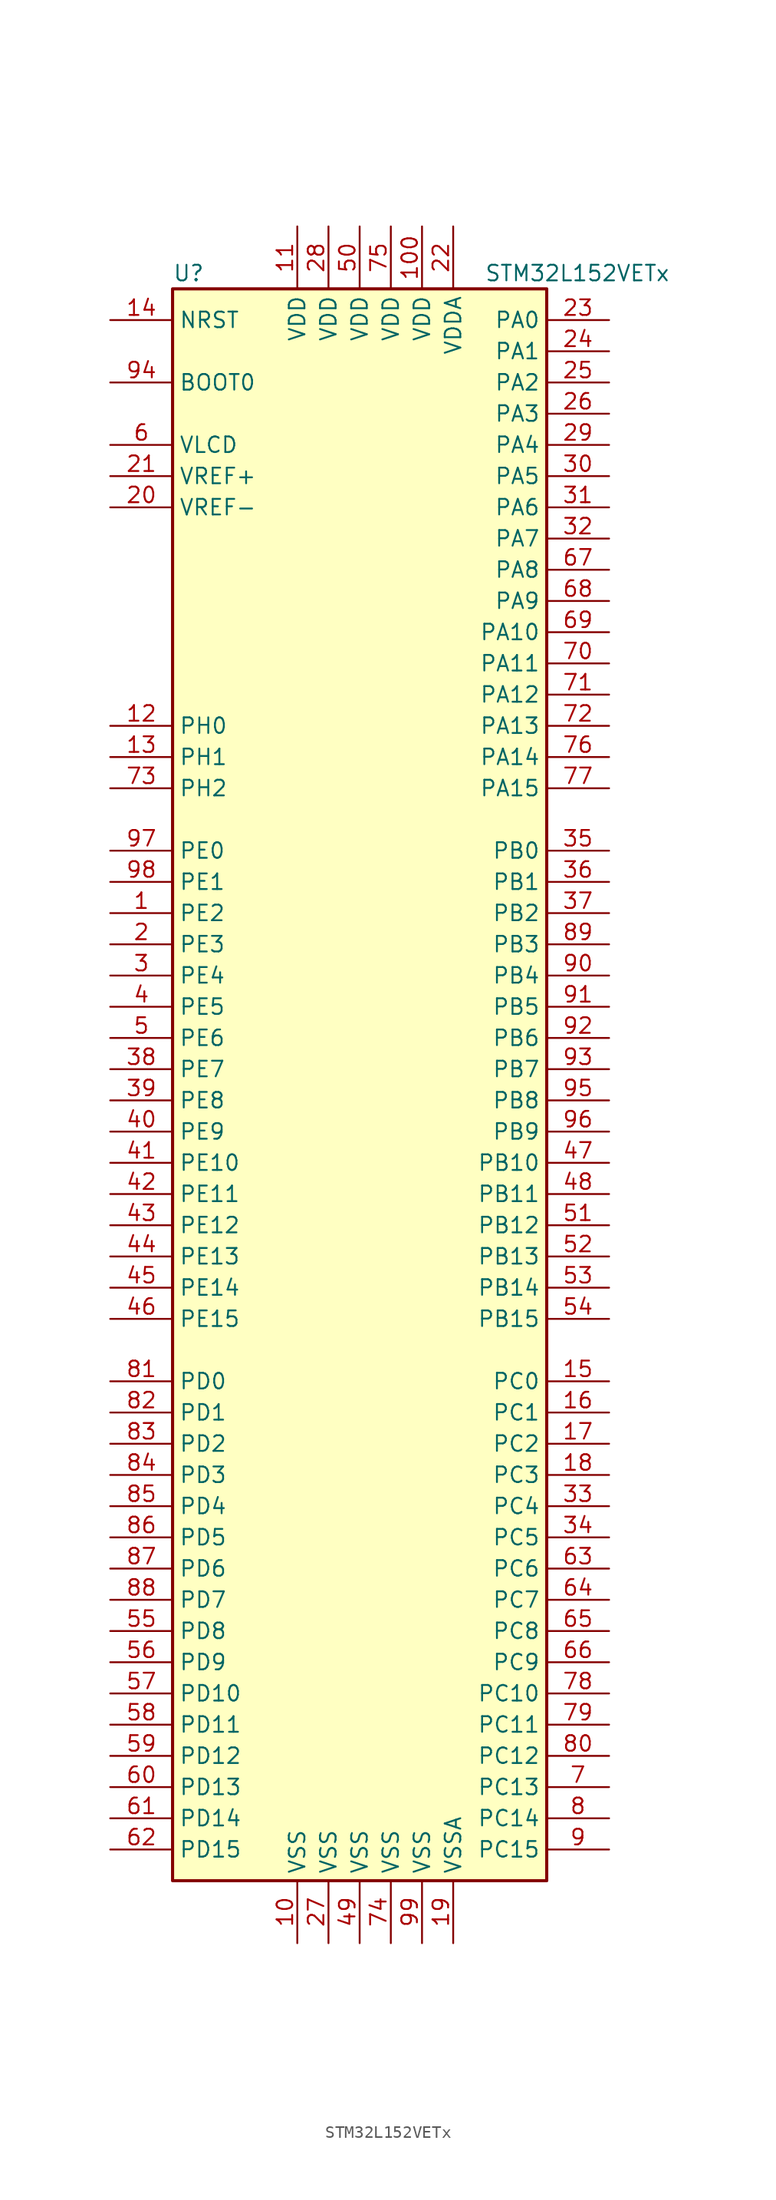
<source format=kicad_sym>
(kicad_symbol_lib
  (version 20201005)
  (generator kicad_symbol_editor)
  (symbol "STM32L152VETx"
    (property "Reference" "U"
      (at -15.24 64.77 0)
      (effects (font (size 1.27 1.27)) (justify left)))
    (property "Value" "STM32L152VETx"
      (at 10.16 64.77 0)
      (effects (font (size 1.27 1.27)) (justify left)))
    (symbol "STM32L152VETx_0_1"
      (rectangle (start -15.24 -66.04) (end 15.24 63.5) (stroke (width 0.254)) (fill (type background))))
    (symbol "STM32L152VETx_1_1"
      (pin input line (at -20.32 55.88 0) (length 5.08) (name "BOOT0" (effects (font (size 1.27 1.27)))) (number "94" (effects (font (size 1.27 1.27)))))
      (pin input line (at -20.32 60.96 0) (length 5.08) (name "NRST" (effects (font (size 1.27 1.27)))) (number "14" (effects (font (size 1.27 1.27)))))
      (pin bidirectional line (at 20.32 60.96 180) (length 5.08) (name "PA0" (effects (font (size 1.27 1.27)))) (number "23" (effects (font (size 1.27 1.27)))))
      (pin bidirectional line (at 20.32 58.42 180) (length 5.08) (name "PA1" (effects (font (size 1.27 1.27)))) (number "24" (effects (font (size 1.27 1.27)))))
      (pin bidirectional line (at 20.32 35.56 180) (length 5.08) (name "PA10" (effects (font (size 1.27 1.27)))) (number "69" (effects (font (size 1.27 1.27)))))
      (pin bidirectional line (at 20.32 33.02 180) (length 5.08) (name "PA11" (effects (font (size 1.27 1.27)))) (number "70" (effects (font (size 1.27 1.27)))))
      (pin bidirectional line (at 20.32 30.48 180) (length 5.08) (name "PA12" (effects (font (size 1.27 1.27)))) (number "71" (effects (font (size 1.27 1.27)))))
      (pin bidirectional line (at 20.32 27.94 180) (length 5.08) (name "PA13" (effects (font (size 1.27 1.27)))) (number "72" (effects (font (size 1.27 1.27)))))
      (pin bidirectional line (at 20.32 25.4 180) (length 5.08) (name "PA14" (effects (font (size 1.27 1.27)))) (number "76" (effects (font (size 1.27 1.27)))))
      (pin bidirectional line (at 20.32 22.86 180) (length 5.08) (name "PA15" (effects (font (size 1.27 1.27)))) (number "77" (effects (font (size 1.27 1.27)))))
      (pin bidirectional line (at 20.32 55.88 180) (length 5.08) (name "PA2" (effects (font (size 1.27 1.27)))) (number "25" (effects (font (size 1.27 1.27)))))
      (pin bidirectional line (at 20.32 53.34 180) (length 5.08) (name "PA3" (effects (font (size 1.27 1.27)))) (number "26" (effects (font (size 1.27 1.27)))))
      (pin bidirectional line (at 20.32 50.8 180) (length 5.08) (name "PA4" (effects (font (size 1.27 1.27)))) (number "29" (effects (font (size 1.27 1.27)))))
      (pin bidirectional line (at 20.32 48.26 180) (length 5.08) (name "PA5" (effects (font (size 1.27 1.27)))) (number "30" (effects (font (size 1.27 1.27)))))
      (pin bidirectional line (at 20.32 45.72 180) (length 5.08) (name "PA6" (effects (font (size 1.27 1.27)))) (number "31" (effects (font (size 1.27 1.27)))))
      (pin bidirectional line (at 20.32 43.18 180) (length 5.08) (name "PA7" (effects (font (size 1.27 1.27)))) (number "32" (effects (font (size 1.27 1.27)))))
      (pin bidirectional line (at 20.32 40.64 180) (length 5.08) (name "PA8" (effects (font (size 1.27 1.27)))) (number "67" (effects (font (size 1.27 1.27)))))
      (pin bidirectional line (at 20.32 38.1 180) (length 5.08) (name "PA9" (effects (font (size 1.27 1.27)))) (number "68" (effects (font (size 1.27 1.27)))))
      (pin bidirectional line (at 20.32 17.78 180) (length 5.08) (name "PB0" (effects (font (size 1.27 1.27)))) (number "35" (effects (font (size 1.27 1.27)))))
      (pin bidirectional line (at 20.32 15.24 180) (length 5.08) (name "PB1" (effects (font (size 1.27 1.27)))) (number "36" (effects (font (size 1.27 1.27)))))
      (pin bidirectional line (at 20.32 -7.62 180) (length 5.08) (name "PB10" (effects (font (size 1.27 1.27)))) (number "47" (effects (font (size 1.27 1.27)))))
      (pin bidirectional line (at 20.32 -10.16 180) (length 5.08) (name "PB11" (effects (font (size 1.27 1.27)))) (number "48" (effects (font (size 1.27 1.27)))))
      (pin bidirectional line (at 20.32 -12.7 180) (length 5.08) (name "PB12" (effects (font (size 1.27 1.27)))) (number "51" (effects (font (size 1.27 1.27)))))
      (pin bidirectional line (at 20.32 -15.24 180) (length 5.08) (name "PB13" (effects (font (size 1.27 1.27)))) (number "52" (effects (font (size 1.27 1.27)))))
      (pin bidirectional line (at 20.32 -17.78 180) (length 5.08) (name "PB14" (effects (font (size 1.27 1.27)))) (number "53" (effects (font (size 1.27 1.27)))))
      (pin bidirectional line (at 20.32 -20.32 180) (length 5.08) (name "PB15" (effects (font (size 1.27 1.27)))) (number "54" (effects (font (size 1.27 1.27)))))
      (pin bidirectional line (at 20.32 12.7 180) (length 5.08) (name "PB2" (effects (font (size 1.27 1.27)))) (number "37" (effects (font (size 1.27 1.27)))))
      (pin bidirectional line (at 20.32 10.16 180) (length 5.08) (name "PB3" (effects (font (size 1.27 1.27)))) (number "89" (effects (font (size 1.27 1.27)))))
      (pin bidirectional line (at 20.32 7.62 180) (length 5.08) (name "PB4" (effects (font (size 1.27 1.27)))) (number "90" (effects (font (size 1.27 1.27)))))
      (pin bidirectional line (at 20.32 5.08 180) (length 5.08) (name "PB5" (effects (font (size 1.27 1.27)))) (number "91" (effects (font (size 1.27 1.27)))))
      (pin bidirectional line (at 20.32 2.54 180) (length 5.08) (name "PB6" (effects (font (size 1.27 1.27)))) (number "92" (effects (font (size 1.27 1.27)))))
      (pin bidirectional line (at 20.32 0 180) (length 5.08) (name "PB7" (effects (font (size 1.27 1.27)))) (number "93" (effects (font (size 1.27 1.27)))))
      (pin bidirectional line (at 20.32 -2.54 180) (length 5.08) (name "PB8" (effects (font (size 1.27 1.27)))) (number "95" (effects (font (size 1.27 1.27)))))
      (pin bidirectional line (at 20.32 -5.08 180) (length 5.08) (name "PB9" (effects (font (size 1.27 1.27)))) (number "96" (effects (font (size 1.27 1.27)))))
      (pin bidirectional line (at 20.32 -25.4 180) (length 5.08) (name "PC0" (effects (font (size 1.27 1.27)))) (number "15" (effects (font (size 1.27 1.27)))))
      (pin bidirectional line (at 20.32 -27.94 180) (length 5.08) (name "PC1" (effects (font (size 1.27 1.27)))) (number "16" (effects (font (size 1.27 1.27)))))
      (pin bidirectional line (at 20.32 -50.8 180) (length 5.08) (name "PC10" (effects (font (size 1.27 1.27)))) (number "78" (effects (font (size 1.27 1.27)))))
      (pin bidirectional line (at 20.32 -53.34 180) (length 5.08) (name "PC11" (effects (font (size 1.27 1.27)))) (number "79" (effects (font (size 1.27 1.27)))))
      (pin bidirectional line (at 20.32 -55.88 180) (length 5.08) (name "PC12" (effects (font (size 1.27 1.27)))) (number "80" (effects (font (size 1.27 1.27)))))
      (pin bidirectional line (at 20.32 -58.42 180) (length 5.08) (name "PC13" (effects (font (size 1.27 1.27)))) (number "7" (effects (font (size 1.27 1.27)))))
      (pin bidirectional line (at 20.32 -60.96 180) (length 5.08) (name "PC14" (effects (font (size 1.27 1.27)))) (number "8" (effects (font (size 1.27 1.27)))))
      (pin bidirectional line (at 20.32 -63.5 180) (length 5.08) (name "PC15" (effects (font (size 1.27 1.27)))) (number "9" (effects (font (size 1.27 1.27)))))
      (pin bidirectional line (at 20.32 -30.48 180) (length 5.08) (name "PC2" (effects (font (size 1.27 1.27)))) (number "17" (effects (font (size 1.27 1.27)))))
      (pin bidirectional line (at 20.32 -33.02 180) (length 5.08) (name "PC3" (effects (font (size 1.27 1.27)))) (number "18" (effects (font (size 1.27 1.27)))))
      (pin bidirectional line (at 20.32 -35.56 180) (length 5.08) (name "PC4" (effects (font (size 1.27 1.27)))) (number "33" (effects (font (size 1.27 1.27)))))
      (pin bidirectional line (at 20.32 -38.1 180) (length 5.08) (name "PC5" (effects (font (size 1.27 1.27)))) (number "34" (effects (font (size 1.27 1.27)))))
      (pin bidirectional line (at 20.32 -40.64 180) (length 5.08) (name "PC6" (effects (font (size 1.27 1.27)))) (number "63" (effects (font (size 1.27 1.27)))))
      (pin bidirectional line (at 20.32 -43.18 180) (length 5.08) (name "PC7" (effects (font (size 1.27 1.27)))) (number "64" (effects (font (size 1.27 1.27)))))
      (pin bidirectional line (at 20.32 -45.72 180) (length 5.08) (name "PC8" (effects (font (size 1.27 1.27)))) (number "65" (effects (font (size 1.27 1.27)))))
      (pin bidirectional line (at 20.32 -48.26 180) (length 5.08) (name "PC9" (effects (font (size 1.27 1.27)))) (number "66" (effects (font (size 1.27 1.27)))))
      (pin bidirectional line (at -20.32 -25.4 0) (length 5.08) (name "PD0" (effects (font (size 1.27 1.27)))) (number "81" (effects (font (size 1.27 1.27)))))
      (pin bidirectional line (at -20.32 -27.94 0) (length 5.08) (name "PD1" (effects (font (size 1.27 1.27)))) (number "82" (effects (font (size 1.27 1.27)))))
      (pin bidirectional line (at -20.32 -50.8 0) (length 5.08) (name "PD10" (effects (font (size 1.27 1.27)))) (number "57" (effects (font (size 1.27 1.27)))))
      (pin bidirectional line (at -20.32 -53.34 0) (length 5.08) (name "PD11" (effects (font (size 1.27 1.27)))) (number "58" (effects (font (size 1.27 1.27)))))
      (pin bidirectional line (at -20.32 -55.88 0) (length 5.08) (name "PD12" (effects (font (size 1.27 1.27)))) (number "59" (effects (font (size 1.27 1.27)))))
      (pin bidirectional line (at -20.32 -58.42 0) (length 5.08) (name "PD13" (effects (font (size 1.27 1.27)))) (number "60" (effects (font (size 1.27 1.27)))))
      (pin bidirectional line (at -20.32 -60.96 0) (length 5.08) (name "PD14" (effects (font (size 1.27 1.27)))) (number "61" (effects (font (size 1.27 1.27)))))
      (pin bidirectional line (at -20.32 -63.5 0) (length 5.08) (name "PD15" (effects (font (size 1.27 1.27)))) (number "62" (effects (font (size 1.27 1.27)))))
      (pin bidirectional line (at -20.32 -30.48 0) (length 5.08) (name "PD2" (effects (font (size 1.27 1.27)))) (number "83" (effects (font (size 1.27 1.27)))))
      (pin bidirectional line (at -20.32 -33.02 0) (length 5.08) (name "PD3" (effects (font (size 1.27 1.27)))) (number "84" (effects (font (size 1.27 1.27)))))
      (pin bidirectional line (at -20.32 -35.56 0) (length 5.08) (name "PD4" (effects (font (size 1.27 1.27)))) (number "85" (effects (font (size 1.27 1.27)))))
      (pin bidirectional line (at -20.32 -38.1 0) (length 5.08) (name "PD5" (effects (font (size 1.27 1.27)))) (number "86" (effects (font (size 1.27 1.27)))))
      (pin bidirectional line (at -20.32 -40.64 0) (length 5.08) (name "PD6" (effects (font (size 1.27 1.27)))) (number "87" (effects (font (size 1.27 1.27)))))
      (pin bidirectional line (at -20.32 -43.18 0) (length 5.08) (name "PD7" (effects (font (size 1.27 1.27)))) (number "88" (effects (font (size 1.27 1.27)))))
      (pin bidirectional line (at -20.32 -45.72 0) (length 5.08) (name "PD8" (effects (font (size 1.27 1.27)))) (number "55" (effects (font (size 1.27 1.27)))))
      (pin bidirectional line (at -20.32 -48.26 0) (length 5.08) (name "PD9" (effects (font (size 1.27 1.27)))) (number "56" (effects (font (size 1.27 1.27)))))
      (pin bidirectional line (at -20.32 17.78 0) (length 5.08) (name "PE0" (effects (font (size 1.27 1.27)))) (number "97" (effects (font (size 1.27 1.27)))))
      (pin bidirectional line (at -20.32 15.24 0) (length 5.08) (name "PE1" (effects (font (size 1.27 1.27)))) (number "98" (effects (font (size 1.27 1.27)))))
      (pin bidirectional line (at -20.32 -7.62 0) (length 5.08) (name "PE10" (effects (font (size 1.27 1.27)))) (number "41" (effects (font (size 1.27 1.27)))))
      (pin bidirectional line (at -20.32 -10.16 0) (length 5.08) (name "PE11" (effects (font (size 1.27 1.27)))) (number "42" (effects (font (size 1.27 1.27)))))
      (pin bidirectional line (at -20.32 -12.7 0) (length 5.08) (name "PE12" (effects (font (size 1.27 1.27)))) (number "43" (effects (font (size 1.27 1.27)))))
      (pin bidirectional line (at -20.32 -15.24 0) (length 5.08) (name "PE13" (effects (font (size 1.27 1.27)))) (number "44" (effects (font (size 1.27 1.27)))))
      (pin bidirectional line (at -20.32 -17.78 0) (length 5.08) (name "PE14" (effects (font (size 1.27 1.27)))) (number "45" (effects (font (size 1.27 1.27)))))
      (pin bidirectional line (at -20.32 -20.32 0) (length 5.08) (name "PE15" (effects (font (size 1.27 1.27)))) (number "46" (effects (font (size 1.27 1.27)))))
      (pin bidirectional line (at -20.32 12.7 0) (length 5.08) (name "PE2" (effects (font (size 1.27 1.27)))) (number "1" (effects (font (size 1.27 1.27)))))
      (pin bidirectional line (at -20.32 10.16 0) (length 5.08) (name "PE3" (effects (font (size 1.27 1.27)))) (number "2" (effects (font (size 1.27 1.27)))))
      (pin bidirectional line (at -20.32 7.62 0) (length 5.08) (name "PE4" (effects (font (size 1.27 1.27)))) (number "3" (effects (font (size 1.27 1.27)))))
      (pin bidirectional line (at -20.32 5.08 0) (length 5.08) (name "PE5" (effects (font (size 1.27 1.27)))) (number "4" (effects (font (size 1.27 1.27)))))
      (pin bidirectional line (at -20.32 2.54 0) (length 5.08) (name "PE6" (effects (font (size 1.27 1.27)))) (number "5" (effects (font (size 1.27 1.27)))))
      (pin bidirectional line (at -20.32 0 0) (length 5.08) (name "PE7" (effects (font (size 1.27 1.27)))) (number "38" (effects (font (size 1.27 1.27)))))
      (pin bidirectional line (at -20.32 -2.54 0) (length 5.08) (name "PE8" (effects (font (size 1.27 1.27)))) (number "39" (effects (font (size 1.27 1.27)))))
      (pin bidirectional line (at -20.32 -5.08 0) (length 5.08) (name "PE9" (effects (font (size 1.27 1.27)))) (number "40" (effects (font (size 1.27 1.27)))))
      (pin input line (at -20.32 27.94 0) (length 5.08) (name "PH0" (effects (font (size 1.27 1.27)))) (number "12" (effects (font (size 1.27 1.27)))))
      (pin input line (at -20.32 25.4 0) (length 5.08) (name "PH1" (effects (font (size 1.27 1.27)))) (number "13" (effects (font (size 1.27 1.27)))))
      (pin bidirectional line (at -20.32 22.86 0) (length 5.08) (name "PH2" (effects (font (size 1.27 1.27)))) (number "73" (effects (font (size 1.27 1.27)))))
      (pin power_in line (at 5.08 68.58 270) (length 5.08) (name "VDD" (effects (font (size 1.27 1.27)))) (number "100" (effects (font (size 1.27 1.27)))))
      (pin power_in line (at -5.08 68.58 270) (length 5.08) (name "VDD" (effects (font (size 1.27 1.27)))) (number "11" (effects (font (size 1.27 1.27)))))
      (pin power_in line (at -2.54 68.58 270) (length 5.08) (name "VDD" (effects (font (size 1.27 1.27)))) (number "28" (effects (font (size 1.27 1.27)))))
      (pin power_in line (at 0 68.58 270) (length 5.08) (name "VDD" (effects (font (size 1.27 1.27)))) (number "50" (effects (font (size 1.27 1.27)))))
      (pin power_in line (at 2.54 68.58 270) (length 5.08) (name "VDD" (effects (font (size 1.27 1.27)))) (number "75" (effects (font (size 1.27 1.27)))))
      (pin power_in line (at 7.62 68.58 270) (length 5.08) (name "VDDA" (effects (font (size 1.27 1.27)))) (number "22" (effects (font (size 1.27 1.27)))))
      (pin power_in line (at -20.32 50.8 0) (length 5.08) (name "VLCD" (effects (font (size 1.27 1.27)))) (number "6" (effects (font (size 1.27 1.27)))))
      (pin power_in line (at -20.32 48.26 0) (length 5.08) (name "VREF+" (effects (font (size 1.27 1.27)))) (number "21" (effects (font (size 1.27 1.27)))))
      (pin power_in line (at -20.32 45.72 0) (length 5.08) (name "VREF-" (effects (font (size 1.27 1.27)))) (number "20" (effects (font (size 1.27 1.27)))))
      (pin power_in line (at -5.08 -71.12 90) (length 5.08) (name "VSS" (effects (font (size 1.27 1.27)))) (number "10" (effects (font (size 1.27 1.27)))))
      (pin power_in line (at -2.54 -71.12 90) (length 5.08) (name "VSS" (effects (font (size 1.27 1.27)))) (number "27" (effects (font (size 1.27 1.27)))))
      (pin power_in line (at 0 -71.12 90) (length 5.08) (name "VSS" (effects (font (size 1.27 1.27)))) (number "49" (effects (font (size 1.27 1.27)))))
      (pin power_in line (at 2.54 -71.12 90) (length 5.08) (name "VSS" (effects (font (size 1.27 1.27)))) (number "74" (effects (font (size 1.27 1.27)))))
      (pin power_in line (at 5.08 -71.12 90) (length 5.08) (name "VSS" (effects (font (size 1.27 1.27)))) (number "99" (effects (font (size 1.27 1.27)))))
      (pin power_in line (at 7.62 -71.12 90) (length 5.08) (name "VSSA" (effects (font (size 1.27 1.27)))) (number "19" (effects (font (size 1.27 1.27))))))))
</source>
